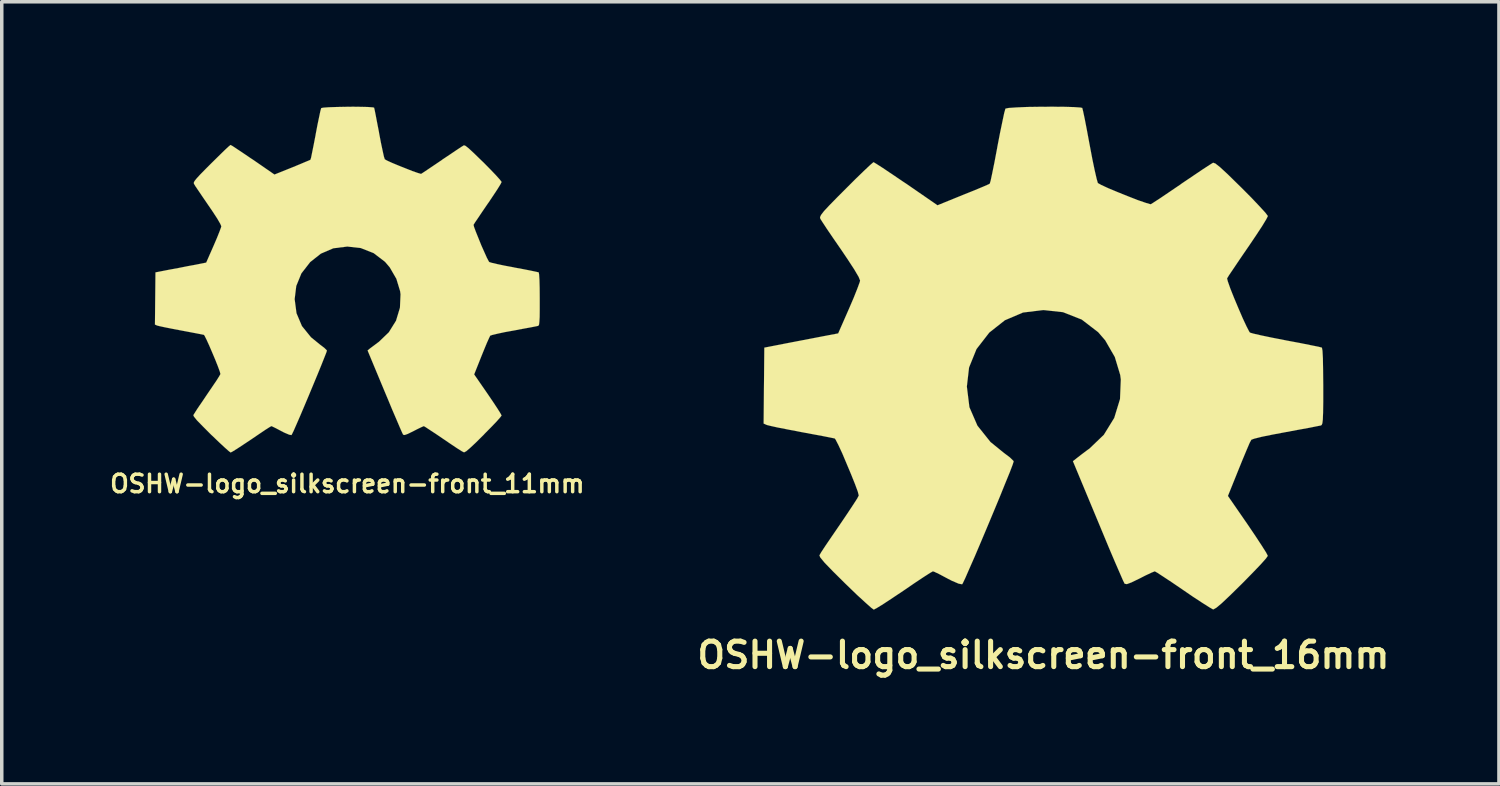
<source format=kicad_pcb>
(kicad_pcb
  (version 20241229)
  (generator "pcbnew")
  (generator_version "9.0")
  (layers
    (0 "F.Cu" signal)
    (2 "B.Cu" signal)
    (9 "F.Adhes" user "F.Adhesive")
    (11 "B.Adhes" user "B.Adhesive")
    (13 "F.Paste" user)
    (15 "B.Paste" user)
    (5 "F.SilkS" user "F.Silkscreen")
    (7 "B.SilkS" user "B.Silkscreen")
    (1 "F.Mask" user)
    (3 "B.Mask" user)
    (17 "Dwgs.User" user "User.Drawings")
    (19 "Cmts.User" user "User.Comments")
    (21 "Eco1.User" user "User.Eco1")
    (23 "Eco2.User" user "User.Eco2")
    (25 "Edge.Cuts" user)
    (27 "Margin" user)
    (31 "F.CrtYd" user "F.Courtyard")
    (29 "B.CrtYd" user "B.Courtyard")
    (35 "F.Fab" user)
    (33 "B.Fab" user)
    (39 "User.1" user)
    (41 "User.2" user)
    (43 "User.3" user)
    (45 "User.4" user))
  (footprint "OSHW-logo_silkscreen-front_11mm"
    (layer "F.Cu")
    (at 6.878 4.944)
    (property "Reference" "OSHW-logo_silkscreen-front_11mm" (at 0 5.834 0) (layer "F.SilkS") (effects (font (size 0.5 0.5) (thickness 0.099))))
    (attr through_hole)
    (fp_poly (pts (xy -3.335 4.94) (xy -3.277 4.91) (xy -3.147 4.829) (xy -2.964 4.709) (xy -2.746 4.564) (xy -2.53 4.417) (xy -2.349 4.295) (xy -2.225 4.216) (xy -2.172 4.186) (xy -2.144 4.196) (xy -2.04 4.247) (xy -1.89 4.326) (xy -1.803 4.371) (xy -1.664 4.43) (xy -1.598 4.442) (xy -1.585 4.422) (xy -1.534 4.318) (xy -1.455 4.138) (xy -1.351 3.899) (xy -1.232 3.619) (xy -1.105 3.317) (xy -0.978 3.012) (xy -0.856 2.718) (xy -0.749 2.456) (xy -0.663 2.24) (xy -0.605 2.093) (xy -0.584 2.029) (xy -0.592 2.014) (xy -0.66 1.948) (xy -0.78 1.857) (xy -1.039 1.646) (xy -1.298 1.326) (xy -1.453 0.96) (xy -1.506 0.556) (xy -1.46 0.18) (xy -1.313 -0.18) (xy -1.062 -0.503) (xy -0.757 -0.744) (xy -0.401 -0.897) (xy 0 -0.947) (xy 0.384 -0.904) (xy 0.752 -0.759) (xy 1.077 -0.511) (xy 1.212 -0.353) (xy 1.402 -0.025) (xy 1.509 0.328) (xy 1.521 0.417) (xy 1.504 0.803) (xy 1.392 1.173) (xy 1.186 1.504) (xy 0.904 1.775) (xy 0.869 1.801) (xy 0.737 1.9) (xy 0.648 1.966) (xy 0.579 2.024) (xy 1.072 3.208) (xy 1.151 3.396) (xy 1.285 3.719) (xy 1.405 3.998) (xy 1.499 4.219) (xy 1.565 4.369) (xy 1.593 4.427) (xy 1.598 4.432) (xy 1.638 4.44) (xy 1.73 4.407) (xy 1.895 4.326) (xy 2.004 4.27) (xy 2.131 4.209) (xy 2.187 4.186) (xy 2.235 4.214) (xy 2.355 4.293) (xy 2.532 4.409) (xy 2.743 4.552) (xy 2.944 4.689) (xy 3.129 4.813) (xy 3.266 4.9) (xy 3.33 4.933) (xy 3.343 4.933) (xy 3.401 4.902) (xy 3.505 4.813) (xy 3.668 4.661) (xy 3.896 4.435) (xy 3.929 4.399) (xy 4.117 4.209) (xy 4.27 4.049) (xy 4.371 3.934) (xy 4.409 3.884) (xy 4.376 3.82) (xy 4.29 3.683) (xy 4.168 3.498) (xy 4.018 3.277) (xy 3.625 2.708) (xy 3.84 2.169) (xy 3.907 2.004) (xy 3.99 1.803) (xy 4.054 1.661) (xy 4.084 1.6) (xy 4.143 1.58) (xy 4.293 1.544) (xy 4.503 1.499) (xy 4.76 1.453) (xy 5.001 1.407) (xy 5.22 1.367) (xy 5.38 1.336) (xy 5.451 1.321) (xy 5.466 1.311) (xy 5.481 1.278) (xy 5.489 1.201) (xy 5.497 1.069) (xy 5.499 0.859) (xy 5.499 0.556) (xy 5.499 0.523) (xy 5.497 0.234) (xy 5.491 0.003) (xy 5.481 -0.147) (xy 5.471 -0.206) (xy 5.471 -0.208) (xy 5.403 -0.224) (xy 5.248 -0.257) (xy 5.029 -0.3) (xy 4.768 -0.348) (xy 4.752 -0.353) (xy 4.493 -0.401) (xy 4.275 -0.447) (xy 4.122 -0.483) (xy 4.059 -0.503) (xy 4.044 -0.521) (xy 3.99 -0.622) (xy 3.917 -0.785) (xy 3.83 -0.98) (xy 3.747 -1.186) (xy 3.673 -1.369) (xy 3.622 -1.506) (xy 3.607 -1.567) (xy 3.609 -1.57) (xy 3.647 -1.633) (xy 3.739 -1.768) (xy 3.863 -1.953) (xy 4.016 -2.177) (xy 4.028 -2.192) (xy 4.176 -2.413) (xy 4.298 -2.598) (xy 4.379 -2.731) (xy 4.409 -2.791) (xy 4.409 -2.794) (xy 4.359 -2.86) (xy 4.247 -2.985) (xy 4.087 -3.152) (xy 3.894 -3.348) (xy 3.833 -3.406) (xy 3.619 -3.614) (xy 3.47 -3.752) (xy 3.378 -3.825) (xy 3.335 -3.84) (xy 3.332 -3.84) (xy 3.266 -3.8) (xy 3.127 -3.708) (xy 2.939 -3.581) (xy 2.715 -3.432) (xy 2.7 -3.419) (xy 2.482 -3.272) (xy 2.296 -3.147) (xy 2.167 -3.061) (xy 2.111 -3.025) (xy 2.101 -3.025) (xy 2.012 -3.051) (xy 1.854 -3.106) (xy 1.661 -3.183) (xy 1.458 -3.264) (xy 1.275 -3.34) (xy 1.135 -3.404) (xy 1.069 -3.442) (xy 1.069 -3.444) (xy 1.044 -3.523) (xy 1.008 -3.688) (xy 0.96 -3.914) (xy 0.909 -4.183) (xy 0.902 -4.227) (xy 0.851 -4.488) (xy 0.81 -4.704) (xy 0.78 -4.854) (xy 0.765 -4.917) (xy 0.726 -4.925) (xy 0.597 -4.935) (xy 0.401 -4.94) (xy 0.165 -4.943) (xy -0.084 -4.94) (xy -0.325 -4.935) (xy -0.533 -4.928) (xy -0.683 -4.917) (xy -0.744 -4.905) (xy -0.747 -4.902) (xy -0.77 -4.821) (xy -0.805 -4.656) (xy -0.853 -4.427) (xy -0.904 -4.158) (xy -0.912 -4.11) (xy -0.963 -3.848) (xy -1.006 -3.635) (xy -1.036 -3.487) (xy -1.054 -3.429) (xy -1.077 -3.416) (xy -1.186 -3.371) (xy -1.361 -3.297) (xy -1.577 -3.208) (xy -2.083 -3.005) (xy -2.697 -3.429) (xy -2.756 -3.467) (xy -2.977 -3.617) (xy -3.16 -3.739) (xy -3.287 -3.823) (xy -3.34 -3.851) (xy -3.343 -3.848) (xy -3.406 -3.795) (xy -3.528 -3.68) (xy -3.693 -3.518) (xy -3.889 -3.325) (xy -4.034 -3.18) (xy -4.204 -3.007) (xy -4.31 -2.891) (xy -4.369 -2.817) (xy -4.389 -2.771) (xy -4.384 -2.741) (xy -4.346 -2.677) (xy -4.255 -2.543) (xy -4.128 -2.355) (xy -3.978 -2.136) (xy -3.853 -1.953) (xy -3.719 -1.748) (xy -3.632 -1.598) (xy -3.602 -1.527) (xy -3.609 -1.496) (xy -3.653 -1.377) (xy -3.726 -1.194) (xy -3.82 -0.975) (xy -4.034 -0.488) (xy -4.354 -0.424) (xy -4.547 -0.389) (xy -4.818 -0.335) (xy -5.08 -0.287) (xy -5.484 -0.208) (xy -5.499 1.283) (xy -5.436 1.311) (xy -5.377 1.326) (xy -5.227 1.359) (xy -5.011 1.402) (xy -4.76 1.45) (xy -4.542 1.491) (xy -4.326 1.532) (xy -4.171 1.562) (xy -4.1 1.577) (xy -4.082 1.6) (xy -4.028 1.707) (xy -3.952 1.872) (xy -3.866 2.073) (xy -3.777 2.283) (xy -3.701 2.474) (xy -3.647 2.621) (xy -3.627 2.697) (xy -3.658 2.753) (xy -3.739 2.883) (xy -3.861 3.063) (xy -4.008 3.279) (xy -4.155 3.498) (xy -4.28 3.68) (xy -4.366 3.815) (xy -4.402 3.873) (xy -4.384 3.914) (xy -4.298 4.021) (xy -4.135 4.188) (xy -3.894 4.43) (xy -3.853 4.468) (xy -3.66 4.653) (xy -3.498 4.803) (xy -3.383 4.905) (xy -3.335 4.94)) (stroke (width 0.003) (type solid)) (fill yes) (layer "F.SilkS")))
  (footprint "OSHW-logo_silkscreen-front_16mm"
    (layer "F.Cu")
    (at 26.775 7.189)
    (property "Reference" "OSHW-logo_silkscreen-front_16mm" (at 0 8.486 0) (layer "F.SilkS") (effects (font (size 0.729 0.729) (thickness 0.145))))
    (attr through_hole)
    (fp_poly (pts (xy -4.849 7.186) (xy -4.765 7.142) (xy -4.577 7.026) (xy -4.31 6.85) (xy -3.995 6.64) (xy -3.68 6.424) (xy -3.419 6.251) (xy -3.236 6.134) (xy -3.16 6.091) (xy -3.119 6.104) (xy -2.967 6.177) (xy -2.751 6.292) (xy -2.624 6.358) (xy -2.423 6.444) (xy -2.324 6.462) (xy -2.306 6.434) (xy -2.233 6.281) (xy -2.118 6.017) (xy -1.966 5.672) (xy -1.793 5.265) (xy -1.608 4.826) (xy -1.422 4.381) (xy -1.245 3.955) (xy -1.09 3.571) (xy -0.963 3.261) (xy -0.881 3.045) (xy -0.851 2.951) (xy -0.861 2.931) (xy -0.96 2.835) (xy -1.135 2.703) (xy -1.514 2.395) (xy -1.887 1.928) (xy -2.116 1.4) (xy -2.189 0.81) (xy -2.126 0.264) (xy -1.913 -0.262) (xy -1.547 -0.734) (xy -1.102 -1.085) (xy -0.584 -1.306) (xy 0 -1.377) (xy 0.559 -1.316) (xy 1.095 -1.105) (xy 1.565 -0.744) (xy 1.765 -0.513) (xy 2.04 -0.036) (xy 2.195 0.478) (xy 2.212 0.607) (xy 2.189 1.168) (xy 2.024 1.707) (xy 1.727 2.189) (xy 1.316 2.583) (xy 1.262 2.621) (xy 1.072 2.764) (xy 0.945 2.863) (xy 0.843 2.944) (xy 1.56 4.666) (xy 1.674 4.94) (xy 1.869 5.41) (xy 2.042 5.817) (xy 2.182 6.139) (xy 2.276 6.355) (xy 2.319 6.441) (xy 2.324 6.447) (xy 2.385 6.457) (xy 2.517 6.408) (xy 2.756 6.292) (xy 2.916 6.21) (xy 3.099 6.124) (xy 3.183 6.091) (xy 3.251 6.129) (xy 3.426 6.243) (xy 3.683 6.413) (xy 3.99 6.622) (xy 4.282 6.822) (xy 4.554 7) (xy 4.752 7.125) (xy 4.846 7.178) (xy 4.862 7.178) (xy 4.945 7.13) (xy 5.1 7) (xy 5.334 6.779) (xy 5.667 6.452) (xy 5.718 6.401) (xy 5.989 6.124) (xy 6.213 5.89) (xy 6.36 5.725) (xy 6.413 5.649) (xy 6.365 5.555) (xy 6.241 5.359) (xy 6.063 5.088) (xy 5.845 4.765) (xy 5.273 3.937) (xy 5.588 3.155) (xy 5.685 2.916) (xy 5.806 2.626) (xy 5.895 2.418) (xy 5.944 2.329) (xy 6.027 2.299) (xy 6.243 2.245) (xy 6.553 2.182) (xy 6.921 2.113) (xy 7.275 2.047) (xy 7.595 1.989) (xy 7.823 1.943) (xy 7.927 1.923) (xy 7.953 1.908) (xy 7.973 1.857) (xy 7.986 1.75) (xy 7.993 1.554) (xy 7.998 1.252) (xy 7.998 0.81) (xy 7.998 0.762) (xy 7.993 0.34) (xy 7.988 0.005) (xy 7.976 -0.213) (xy 7.96 -0.3) (xy 7.96 -0.302) (xy 7.861 -0.328) (xy 7.635 -0.373) (xy 7.318 -0.437) (xy 6.937 -0.508) (xy 6.914 -0.513) (xy 6.535 -0.587) (xy 6.218 -0.653) (xy 5.997 -0.704) (xy 5.903 -0.732) (xy 5.883 -0.759) (xy 5.806 -0.907) (xy 5.697 -1.14) (xy 5.573 -1.427) (xy 5.448 -1.725) (xy 5.342 -1.991) (xy 5.271 -2.192) (xy 5.248 -2.281) (xy 5.25 -2.283) (xy 5.306 -2.375) (xy 5.438 -2.57) (xy 5.621 -2.842) (xy 5.842 -3.165) (xy 5.86 -3.19) (xy 6.076 -3.51) (xy 6.253 -3.78) (xy 6.37 -3.973) (xy 6.413 -4.059) (xy 6.413 -4.067) (xy 6.342 -4.161) (xy 6.177 -4.341) (xy 5.946 -4.585) (xy 5.664 -4.869) (xy 5.575 -4.956) (xy 5.265 -5.26) (xy 5.05 -5.458) (xy 4.915 -5.565) (xy 4.849 -5.588) (xy 4.846 -5.585) (xy 4.752 -5.527) (xy 4.549 -5.395) (xy 4.275 -5.21) (xy 3.95 -4.991) (xy 3.927 -4.973) (xy 3.609 -4.757) (xy 3.343 -4.577) (xy 3.152 -4.453) (xy 3.071 -4.402) (xy 3.056 -4.402) (xy 2.926 -4.44) (xy 2.697 -4.519) (xy 2.418 -4.628) (xy 2.123 -4.747) (xy 1.854 -4.859) (xy 1.651 -4.953) (xy 1.557 -5.006) (xy 1.554 -5.011) (xy 1.521 -5.126) (xy 1.466 -5.364) (xy 1.397 -5.695) (xy 1.323 -6.086) (xy 1.311 -6.149) (xy 1.24 -6.53) (xy 1.179 -6.845) (xy 1.133 -7.061) (xy 1.11 -7.153) (xy 1.057 -7.165) (xy 0.869 -7.178) (xy 0.587 -7.186) (xy 0.241 -7.188) (xy -0.122 -7.186) (xy -0.475 -7.181) (xy -0.777 -7.168) (xy -0.993 -7.153) (xy -1.082 -7.135) (xy -1.087 -7.13) (xy -1.12 -7.013) (xy -1.171 -6.772) (xy -1.24 -6.441) (xy -1.316 -6.048) (xy -1.328 -5.979) (xy -1.4 -5.598) (xy -1.463 -5.288) (xy -1.509 -5.072) (xy -1.534 -4.989) (xy -1.567 -4.971) (xy -1.725 -4.902) (xy -1.979 -4.796) (xy -2.296 -4.669) (xy -3.028 -4.371) (xy -3.924 -4.989) (xy -4.008 -5.044) (xy -4.331 -5.263) (xy -4.597 -5.441) (xy -4.783 -5.56) (xy -4.856 -5.603) (xy -4.864 -5.598) (xy -4.953 -5.522) (xy -5.131 -5.354) (xy -5.375 -5.118) (xy -5.657 -4.836) (xy -5.865 -4.628) (xy -6.114 -4.374) (xy -6.271 -4.206) (xy -6.355 -4.097) (xy -6.386 -4.031) (xy -6.378 -3.988) (xy -6.32 -3.896) (xy -6.19 -3.698) (xy -6.005 -3.426) (xy -5.786 -3.109) (xy -5.606 -2.842) (xy -5.41 -2.543) (xy -5.283 -2.327) (xy -5.24 -2.22) (xy -5.25 -2.177) (xy -5.314 -2.002) (xy -5.42 -1.735) (xy -5.555 -1.42) (xy -5.867 -0.709) (xy -6.335 -0.62) (xy -6.614 -0.566) (xy -7.01 -0.49) (xy -7.389 -0.417) (xy -7.978 -0.302) (xy -7.998 1.867) (xy -7.907 1.908) (xy -7.821 1.93) (xy -7.602 1.979) (xy -7.29 2.04) (xy -6.921 2.111) (xy -6.609 2.169) (xy -6.292 2.228) (xy -6.066 2.273) (xy -5.964 2.294) (xy -5.939 2.329) (xy -5.86 2.482) (xy -5.748 2.723) (xy -5.624 3.018) (xy -5.497 3.32) (xy -5.385 3.599) (xy -5.306 3.813) (xy -5.278 3.924) (xy -5.321 4.008) (xy -5.441 4.194) (xy -5.616 4.458) (xy -5.829 4.773) (xy -6.045 5.088) (xy -6.226 5.354) (xy -6.353 5.547) (xy -6.403 5.636) (xy -6.378 5.695) (xy -6.253 5.847) (xy -6.015 6.093) (xy -5.664 6.441) (xy -5.606 6.497) (xy -5.326 6.767) (xy -5.088 6.985) (xy -4.923 7.132) (xy -4.849 7.186)) (stroke (width 0.003) (type solid)) (fill yes) (layer "F.SilkS")))
  (gr_rect
    (start -3 -3)
    (end 39.795 19.356)
    (stroke (width 0.1) (type default))
    (fill no)
    (layer "Edge.Cuts")))
</source>
